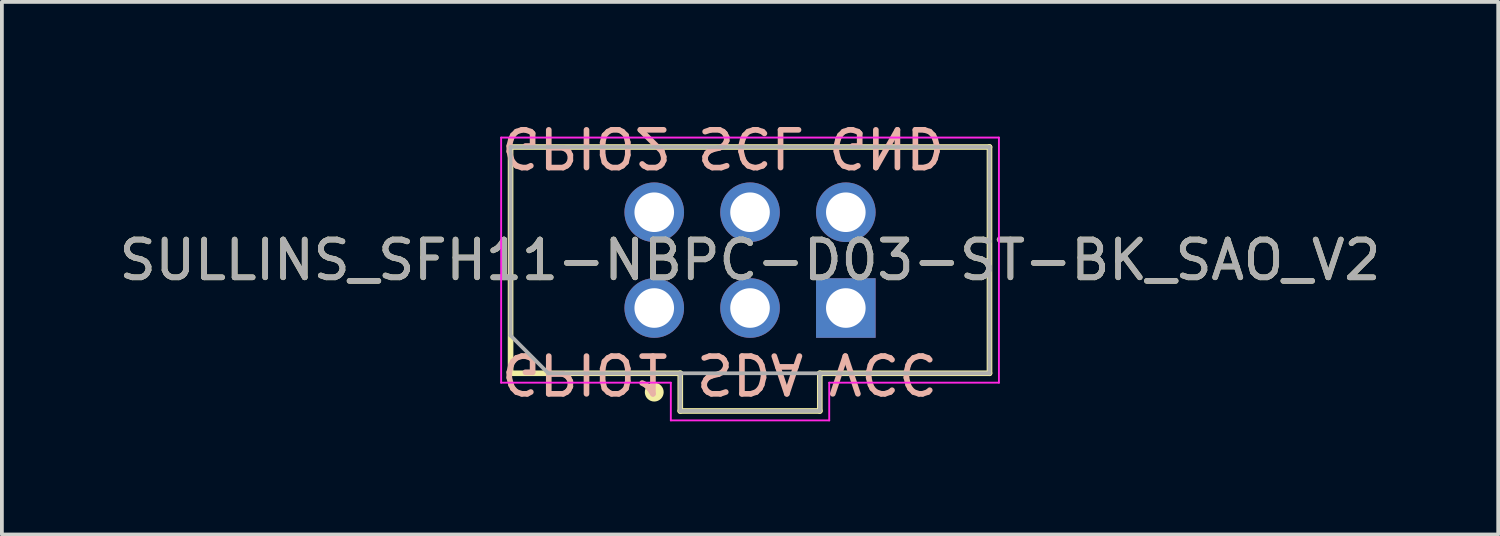
<source format=kicad_pcb>
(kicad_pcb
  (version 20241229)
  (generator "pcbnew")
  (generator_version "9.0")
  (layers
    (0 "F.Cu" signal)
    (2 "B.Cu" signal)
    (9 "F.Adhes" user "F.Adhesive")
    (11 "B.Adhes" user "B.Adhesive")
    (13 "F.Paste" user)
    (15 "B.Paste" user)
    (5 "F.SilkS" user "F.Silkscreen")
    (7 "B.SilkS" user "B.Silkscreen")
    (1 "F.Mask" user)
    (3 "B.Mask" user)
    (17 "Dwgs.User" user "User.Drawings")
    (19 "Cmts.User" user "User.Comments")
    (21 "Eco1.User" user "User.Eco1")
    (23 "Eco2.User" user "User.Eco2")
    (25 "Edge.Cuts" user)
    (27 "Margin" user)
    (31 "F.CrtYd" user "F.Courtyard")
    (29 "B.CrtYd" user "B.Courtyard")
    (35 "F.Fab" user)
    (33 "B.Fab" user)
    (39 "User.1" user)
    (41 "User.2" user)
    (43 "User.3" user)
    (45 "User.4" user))
  (footprint "SULLINS_SFH11-NBPC-D03-ST-BK_SAO_V2"
    (layer "F.Cu")
    (at 16.839 3.848)
    (property "Reference" "SULLINS_SFH11-NBPC-D03-ST-BK_SAO_V2" (at 0 0 0) (layer "F.SilkS") (effects (font (size 1 1) (thickness 0.15))))
    (attr through_hole)
    (fp_line (start -6.35 -3) (end 6.35 -3) (stroke (width 0.15) (type solid)) (layer "F.SilkS"))
    (fp_line (start -6.35 3) (end -6.35 -3) (stroke (width 0.15) (type solid)) (layer "F.SilkS"))
    (fp_line (start -1.85 3) (end -6.35 3) (stroke (width 0.15) (type solid)) (layer "F.SilkS"))
    (fp_line (start -1.85 3) (end -1.85 4) (stroke (width 0.15) (type solid)) (layer "F.SilkS"))
    (fp_line (start -1.85 4) (end 1.85 4) (stroke (width 0.15) (type solid)) (layer "F.SilkS"))
    (fp_line (start 1.85 4) (end 1.85 3) (stroke (width 0.15) (type solid)) (layer "F.SilkS"))
    (fp_line (start 6.35 -3) (end 6.35 3) (stroke (width 0.15) (type solid)) (layer "F.SilkS"))
    (fp_line (start 6.35 3) (end 1.85 3) (stroke (width 0.15) (type solid)) (layer "F.SilkS"))
    (fp_circle (center -2.54 3.5) (end -2.415 3.5) (stroke (width 0.25) (type solid)) (fill no) (layer "F.SilkS"))
    (fp_line (start -6.6 -3.25) (end 6.6 -3.25) (stroke (width 0.05) (type solid)) (layer "F.CrtYd"))
    (fp_line (start -6.6 3.25) (end -6.6 -3.25) (stroke (width 0.05) (type solid)) (layer "F.CrtYd"))
    (fp_line (start -2.1 3.25) (end -6.6 3.25) (stroke (width 0.05) (type solid)) (layer "F.CrtYd"))
    (fp_line (start -2.1 4.25) (end -2.1 3.25) (stroke (width 0.05) (type solid)) (layer "F.CrtYd"))
    (fp_line (start 2.1 3.25) (end 2.1 4.25) (stroke (width 0.05) (type solid)) (layer "F.CrtYd"))
    (fp_line (start 2.1 4.25) (end -2.1 4.25) (stroke (width 0.05) (type solid)) (layer "F.CrtYd"))
    (fp_line (start 6.6 -3.25) (end 6.6 3.25) (stroke (width 0.05) (type solid)) (layer "F.CrtYd"))
    (fp_line (start 6.6 3.25) (end 2.1 3.25) (stroke (width 0.05) (type solid)) (layer "F.CrtYd"))
    (fp_line (start -6.35 -3) (end 6.35 -3) (stroke (width 0.1) (type solid)) (layer "F.Fab"))
    (fp_line (start -6.35 2) (end -6.35 -3) (stroke (width 0.1) (type solid)) (layer "F.Fab"))
    (fp_line (start -6.35 2) (end -5.35 3) (stroke (width 0.1) (type default)) (layer "F.Fab"))
    (fp_line (start -1.85 3) (end -5.35 3) (stroke (width 0.1) (type solid)) (layer "F.Fab"))
    (fp_line (start -1.85 3) (end -1.85 4) (stroke (width 0.1) (type solid)) (layer "F.Fab"))
    (fp_line (start -1.85 4) (end 1.85 4) (stroke (width 0.1) (type solid)) (layer "F.Fab"))
    (fp_line (start 1.85 3) (end -1.85 3) (stroke (width 0.1) (type solid)) (layer "F.Fab"))
    (fp_line (start 1.85 4) (end 1.85 3) (stroke (width 0.1) (type solid)) (layer "F.Fab"))
    (fp_line (start 6.35 -3) (end 6.35 3) (stroke (width 0.1) (type solid)) (layer "F.Fab"))
    (fp_line (start 6.35 3) (end 1.85 3) (stroke (width 0.1) (type solid)) (layer "F.Fab"))
    (fp_text user "GND" (at 2 -3 180) (unlocked yes) (layer "B.SilkS") (effects (font (size 1 1) (thickness 0.15)) (justify left mirror)))
    (fp_text user "SDA" (at 0 3 180) (unlocked yes) (layer "B.SilkS") (effects (font (size 1 1) (thickness 0.15)) (justify mirror)))
    (fp_text user "GPIO1" (at -2 3 180) (unlocked yes) (layer "B.SilkS") (effects (font (size 1 1) (thickness 0.15)) (justify right mirror)))
    (fp_text user "SCL" (at 0 -3 180) (unlocked yes) (layer "B.SilkS") (effects (font (size 1 1) (thickness 0.15)) (justify mirror)))
    (fp_text user "VCC" (at 2 3 180) (unlocked yes) (layer "B.SilkS") (effects (font (size 1 1) (thickness 0.15)) (justify left mirror)))
    (fp_text user "GPIO2" (at -2 -3 180) (unlocked yes) (layer "B.SilkS") (effects (font (size 1 1) (thickness 0.15)) (justify right mirror)))
    (fp_text user "${REFERENCE}" (at 0 0 0) (layer "F.Fab") (effects (font (size 1 1) (thickness 0.15))))
    (pad "1" thru_hole rect (at 2.54 1.27) (size 1.58 1.58) (drill 1.05) (layers "*.Cu" "*.Mask"))
    (pad "2" thru_hole circle (at 2.54 -1.27) (size 1.58 1.58) (drill 1.05) (layers "*.Cu" "*.Mask"))
    (pad "3" thru_hole circle (at 0 1.27) (size 1.58 1.58) (drill 1.05) (layers "*.Cu" "*.Mask"))
    (pad "4" thru_hole circle (at 0 -1.27) (size 1.58 1.58) (drill 1.05) (layers "*.Cu" "*.Mask"))
    (pad "5" thru_hole circle (at -2.54 1.27) (size 1.58 1.58) (drill 1.05) (layers "*.Cu" "*.Mask"))
    (pad "6" thru_hole circle (at -2.54 -1.27) (size 1.58 1.58) (drill 1.05) (layers "*.Cu" "*.Mask")))
  (gr_rect
    (start -3 -3)
    (end 36.679 11.123)
    (stroke (width 0.1) (type default))
    (fill no)
    (layer "Edge.Cuts")))
</source>
